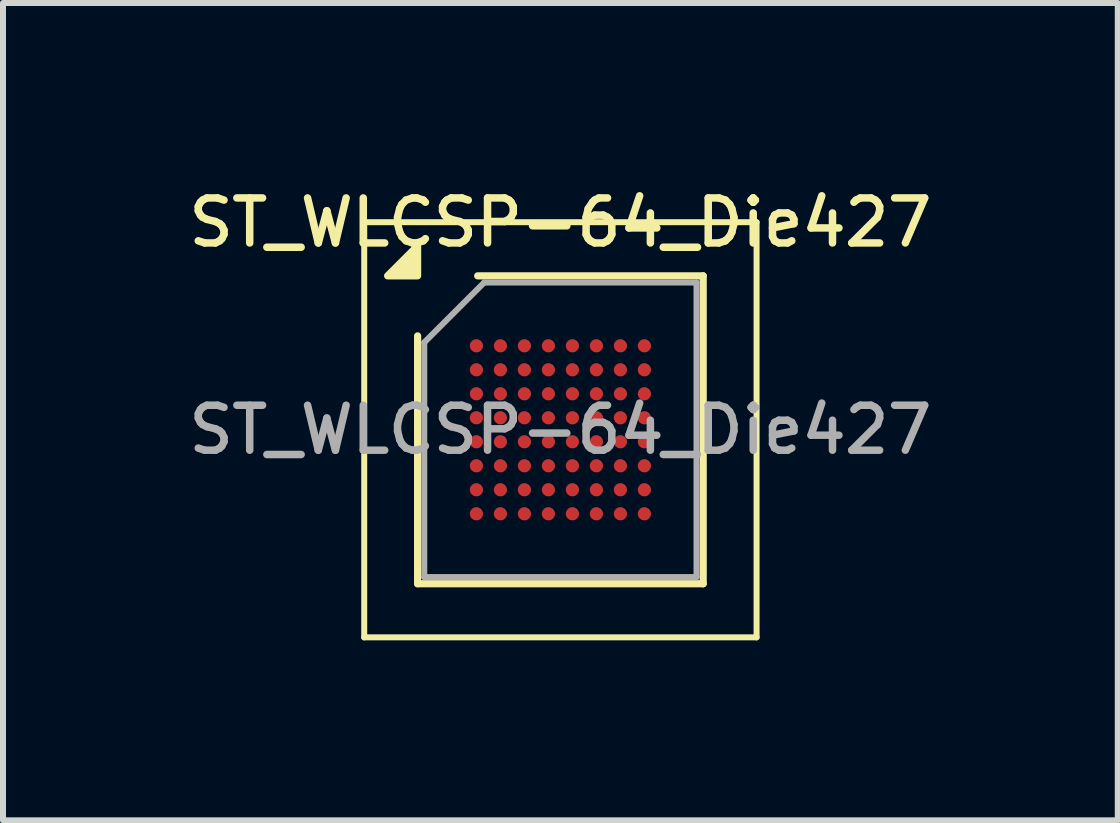
<source format=kicad_pcb>
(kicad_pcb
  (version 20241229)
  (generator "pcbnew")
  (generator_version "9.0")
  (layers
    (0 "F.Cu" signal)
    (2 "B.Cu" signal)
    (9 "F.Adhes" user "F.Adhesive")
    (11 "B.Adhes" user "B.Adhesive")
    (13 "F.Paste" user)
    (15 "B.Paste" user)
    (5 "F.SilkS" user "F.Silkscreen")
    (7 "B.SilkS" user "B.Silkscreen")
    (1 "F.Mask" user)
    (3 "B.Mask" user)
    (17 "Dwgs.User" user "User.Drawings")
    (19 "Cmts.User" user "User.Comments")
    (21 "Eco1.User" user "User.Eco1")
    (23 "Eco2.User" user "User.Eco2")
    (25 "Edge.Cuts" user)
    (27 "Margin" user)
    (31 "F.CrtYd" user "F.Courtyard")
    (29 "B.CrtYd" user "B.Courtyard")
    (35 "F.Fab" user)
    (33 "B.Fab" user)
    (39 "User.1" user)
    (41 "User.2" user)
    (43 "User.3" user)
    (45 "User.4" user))
  (footprint "ST_WLCSP-64_Die427"
    (layer "F.Cu")
    (at 6.291 4.114)
    (property "Reference" "ST_WLCSP-64_Die427" (at 0 -3.455 0) (layer "F.SilkS") (effects (font (size 0.75 0.75) (thickness 0.125))))
    (attr smd)
    (fp_line (start -3.27 -3.46) (end -3.27 3.46) (stroke (width 0.1) (type solid)) (layer "F.SilkS"))
    (fp_line (start -3.27 3.46) (end 3.27 3.46) (stroke (width 0.1) (type solid)) (layer "F.SilkS"))
    (fp_line (start -2.38 2.566) (end -2.38 -1.565) (stroke (width 0.12) (type solid)) (layer "F.SilkS"))
    (fp_line (start -1.379 -2.566) (end 2.38 -2.566) (stroke (width 0.12) (type solid)) (layer "F.SilkS"))
    (fp_line (start 2.38 -2.566) (end 2.38 2.566) (stroke (width 0.12) (type solid)) (layer "F.SilkS"))
    (fp_line (start 2.38 2.566) (end -2.38 2.566) (stroke (width 0.12) (type solid)) (layer "F.SilkS"))
    (fp_line (start 3.27 -3.46) (end -3.27 -3.46) (stroke (width 0.1) (type solid)) (layer "F.SilkS"))
    (fp_line (start 3.27 3.46) (end 3.27 -3.46) (stroke (width 0.1) (type solid)) (layer "F.SilkS"))
    (fp_poly (pts (xy -2.38 -2.566) (xy -2.88 -2.566) (xy -2.38 -3.066) (xy -2.38 -2.566)) (stroke (width 0.12) (type solid)) (fill yes) (layer "F.SilkS"))
    (fp_line (start -2.269 -1.456) (end -1.27 -2.455) (stroke (width 0.1) (type solid)) (layer "F.Fab"))
    (fp_line (start -2.269 2.455) (end -2.269 -1.456) (stroke (width 0.1) (type solid)) (layer "F.Fab"))
    (fp_line (start -1.27 -2.455) (end 2.269 -2.455) (stroke (width 0.1) (type solid)) (layer "F.Fab"))
    (fp_line (start 2.269 -2.455) (end 2.269 2.455) (stroke (width 0.1) (type solid)) (layer "F.Fab"))
    (fp_line (start 2.269 2.455) (end -2.269 2.455) (stroke (width 0.1) (type solid)) (layer "F.Fab"))
    (fp_text user "${REFERENCE}" (at 0 0 0) (layer "F.Fab") (effects (font (size 0.75 0.75) (thickness 0.125))))
    (pad "A1" smd circle (at -1.4 -1.4) (size 0.22 0.22) (property pad_prop_bga) (layers "F.Cu" "F.Mask" "F.Paste"))
    (pad "A2" smd circle (at -1 -1.4) (size 0.22 0.22) (property pad_prop_bga) (layers "F.Cu" "F.Mask" "F.Paste"))
    (pad "A3" smd circle (at -0.6 -1.4) (size 0.22 0.22) (property pad_prop_bga) (layers "F.Cu" "F.Mask" "F.Paste"))
    (pad "A4" smd circle (at -0.2 -1.4) (size 0.22 0.22) (property pad_prop_bga) (layers "F.Cu" "F.Mask" "F.Paste"))
    (pad "A5" smd circle (at 0.2 -1.4) (size 0.22 0.22) (property pad_prop_bga) (layers "F.Cu" "F.Mask" "F.Paste"))
    (pad "A6" smd circle (at 0.6 -1.4) (size 0.22 0.22) (property pad_prop_bga) (layers "F.Cu" "F.Mask" "F.Paste"))
    (pad "A7" smd circle (at 1 -1.4) (size 0.22 0.22) (property pad_prop_bga) (layers "F.Cu" "F.Mask" "F.Paste"))
    (pad "A8" smd circle (at 1.4 -1.4) (size 0.22 0.22) (property pad_prop_bga) (layers "F.Cu" "F.Mask" "F.Paste"))
    (pad "B1" smd circle (at -1.4 -1) (size 0.22 0.22) (property pad_prop_bga) (layers "F.Cu" "F.Mask" "F.Paste"))
    (pad "B2" smd circle (at -1 -1) (size 0.22 0.22) (property pad_prop_bga) (layers "F.Cu" "F.Mask" "F.Paste"))
    (pad "B3" smd circle (at -0.6 -1) (size 0.22 0.22) (property pad_prop_bga) (layers "F.Cu" "F.Mask" "F.Paste"))
    (pad "B4" smd circle (at -0.2 -1) (size 0.22 0.22) (property pad_prop_bga) (layers "F.Cu" "F.Mask" "F.Paste"))
    (pad "B5" smd circle (at 0.2 -1) (size 0.22 0.22) (property pad_prop_bga) (layers "F.Cu" "F.Mask" "F.Paste"))
    (pad "B6" smd circle (at 0.6 -1) (size 0.22 0.22) (property pad_prop_bga) (layers "F.Cu" "F.Mask" "F.Paste"))
    (pad "B7" smd circle (at 1 -1) (size 0.22 0.22) (property pad_prop_bga) (layers "F.Cu" "F.Mask" "F.Paste"))
    (pad "B8" smd circle (at 1.4 -1) (size 0.22 0.22) (property pad_prop_bga) (layers "F.Cu" "F.Mask" "F.Paste"))
    (pad "C1" smd circle (at -1.4 -0.6) (size 0.22 0.22) (property pad_prop_bga) (layers "F.Cu" "F.Mask" "F.Paste"))
    (pad "C2" smd circle (at -1 -0.6) (size 0.22 0.22) (property pad_prop_bga) (layers "F.Cu" "F.Mask" "F.Paste"))
    (pad "C3" smd circle (at -0.6 -0.6) (size 0.22 0.22) (property pad_prop_bga) (layers "F.Cu" "F.Mask" "F.Paste"))
    (pad "C4" smd circle (at -0.2 -0.6) (size 0.22 0.22) (property pad_prop_bga) (layers "F.Cu" "F.Mask" "F.Paste"))
    (pad "C5" smd circle (at 0.2 -0.6) (size 0.22 0.22) (property pad_prop_bga) (layers "F.Cu" "F.Mask" "F.Paste"))
    (pad "C6" smd circle (at 0.6 -0.6) (size 0.22 0.22) (property pad_prop_bga) (layers "F.Cu" "F.Mask" "F.Paste"))
    (pad "C7" smd circle (at 1 -0.6) (size 0.22 0.22) (property pad_prop_bga) (layers "F.Cu" "F.Mask" "F.Paste"))
    (pad "C8" smd circle (at 1.4 -0.6) (size 0.22 0.22) (property pad_prop_bga) (layers "F.Cu" "F.Mask" "F.Paste"))
    (pad "D1" smd circle (at -1.4 -0.2) (size 0.22 0.22) (property pad_prop_bga) (layers "F.Cu" "F.Mask" "F.Paste"))
    (pad "D2" smd circle (at -1 -0.2) (size 0.22 0.22) (property pad_prop_bga) (layers "F.Cu" "F.Mask" "F.Paste"))
    (pad "D3" smd circle (at -0.6 -0.2) (size 0.22 0.22) (property pad_prop_bga) (layers "F.Cu" "F.Mask" "F.Paste"))
    (pad "D4" smd circle (at -0.2 -0.2) (size 0.22 0.22) (property pad_prop_bga) (layers "F.Cu" "F.Mask" "F.Paste"))
    (pad "D5" smd circle (at 0.2 -0.2) (size 0.22 0.22) (property pad_prop_bga) (layers "F.Cu" "F.Mask" "F.Paste"))
    (pad "D6" smd circle (at 0.6 -0.2) (size 0.22 0.22) (property pad_prop_bga) (layers "F.Cu" "F.Mask" "F.Paste"))
    (pad "D7" smd circle (at 1 -0.2) (size 0.22 0.22) (property pad_prop_bga) (layers "F.Cu" "F.Mask" "F.Paste"))
    (pad "D8" smd circle (at 1.4 -0.2) (size 0.22 0.22) (property pad_prop_bga) (layers "F.Cu" "F.Mask" "F.Paste"))
    (pad "E1" smd circle (at -1.4 0.2) (size 0.22 0.22) (property pad_prop_bga) (layers "F.Cu" "F.Mask" "F.Paste"))
    (pad "E2" smd circle (at -1 0.2) (size 0.22 0.22) (property pad_prop_bga) (layers "F.Cu" "F.Mask" "F.Paste"))
    (pad "E3" smd circle (at -0.6 0.2) (size 0.22 0.22) (property pad_prop_bga) (layers "F.Cu" "F.Mask" "F.Paste"))
    (pad "E4" smd circle (at -0.2 0.2) (size 0.22 0.22) (property pad_prop_bga) (layers "F.Cu" "F.Mask" "F.Paste"))
    (pad "E5" smd circle (at 0.2 0.2) (size 0.22 0.22) (property pad_prop_bga) (layers "F.Cu" "F.Mask" "F.Paste"))
    (pad "E6" smd circle (at 0.6 0.2) (size 0.22 0.22) (property pad_prop_bga) (layers "F.Cu" "F.Mask" "F.Paste"))
    (pad "E7" smd circle (at 1 0.2) (size 0.22 0.22) (property pad_prop_bga) (layers "F.Cu" "F.Mask" "F.Paste"))
    (pad "E8" smd circle (at 1.4 0.2) (size 0.22 0.22) (property pad_prop_bga) (layers "F.Cu" "F.Mask" "F.Paste"))
    (pad "F1" smd circle (at -1.4 0.6) (size 0.22 0.22) (property pad_prop_bga) (layers "F.Cu" "F.Mask" "F.Paste"))
    (pad "F2" smd circle (at -1 0.6) (size 0.22 0.22) (property pad_prop_bga) (layers "F.Cu" "F.Mask" "F.Paste"))
    (pad "F3" smd circle (at -0.6 0.6) (size 0.22 0.22) (property pad_prop_bga) (layers "F.Cu" "F.Mask" "F.Paste"))
    (pad "F4" smd circle (at -0.2 0.6) (size 0.22 0.22) (property pad_prop_bga) (layers "F.Cu" "F.Mask" "F.Paste"))
    (pad "F5" smd circle (at 0.2 0.6) (size 0.22 0.22) (property pad_prop_bga) (layers "F.Cu" "F.Mask" "F.Paste"))
    (pad "F6" smd circle (at 0.6 0.6) (size 0.22 0.22) (property pad_prop_bga) (layers "F.Cu" "F.Mask" "F.Paste"))
    (pad "F7" smd circle (at 1 0.6) (size 0.22 0.22) (property pad_prop_bga) (layers "F.Cu" "F.Mask" "F.Paste"))
    (pad "F8" smd circle (at 1.4 0.6) (size 0.22 0.22) (property pad_prop_bga) (layers "F.Cu" "F.Mask" "F.Paste"))
    (pad "G1" smd circle (at -1.4 1) (size 0.22 0.22) (property pad_prop_bga) (layers "F.Cu" "F.Mask" "F.Paste"))
    (pad "G2" smd circle (at -1 1) (size 0.22 0.22) (property pad_prop_bga) (layers "F.Cu" "F.Mask" "F.Paste"))
    (pad "G3" smd circle (at -0.6 1) (size 0.22 0.22) (property pad_prop_bga) (layers "F.Cu" "F.Mask" "F.Paste"))
    (pad "G4" smd circle (at -0.2 1) (size 0.22 0.22) (property pad_prop_bga) (layers "F.Cu" "F.Mask" "F.Paste"))
    (pad "G5" smd circle (at 0.2 1) (size 0.22 0.22) (property pad_prop_bga) (layers "F.Cu" "F.Mask" "F.Paste"))
    (pad "G6" smd circle (at 0.6 1) (size 0.22 0.22) (property pad_prop_bga) (layers "F.Cu" "F.Mask" "F.Paste"))
    (pad "G7" smd circle (at 1 1) (size 0.22 0.22) (property pad_prop_bga) (layers "F.Cu" "F.Mask" "F.Paste"))
    (pad "G8" smd circle (at 1.4 1) (size 0.22 0.22) (property pad_prop_bga) (layers "F.Cu" "F.Mask" "F.Paste"))
    (pad "H1" smd circle (at -1.4 1.4) (size 0.22 0.22) (property pad_prop_bga) (layers "F.Cu" "F.Mask" "F.Paste"))
    (pad "H2" smd circle (at -1 1.4) (size 0.22 0.22) (property pad_prop_bga) (layers "F.Cu" "F.Mask" "F.Paste"))
    (pad "H3" smd circle (at -0.6 1.4) (size 0.22 0.22) (property pad_prop_bga) (layers "F.Cu" "F.Mask" "F.Paste"))
    (pad "H4" smd circle (at -0.2 1.4) (size 0.22 0.22) (property pad_prop_bga) (layers "F.Cu" "F.Mask" "F.Paste"))
    (pad "H5" smd circle (at 0.2 1.4) (size 0.22 0.22) (property pad_prop_bga) (layers "F.Cu" "F.Mask" "F.Paste"))
    (pad "H6" smd circle (at 0.6 1.4) (size 0.22 0.22) (property pad_prop_bga) (layers "F.Cu" "F.Mask" "F.Paste"))
    (pad "H7" smd circle (at 1 1.4) (size 0.22 0.22) (property pad_prop_bga) (layers "F.Cu" "F.Mask" "F.Paste"))
    (pad "H8" smd circle (at 1.4 1.4) (size 0.22 0.22) (property pad_prop_bga) (layers "F.Cu" "F.Mask" "F.Paste")))
  (gr_rect
    (start -3 -3)
    (end 15.582 10.624)
    (stroke (width 0.1) (type default))
    (fill no)
    (layer "Edge.Cuts")))
</source>
